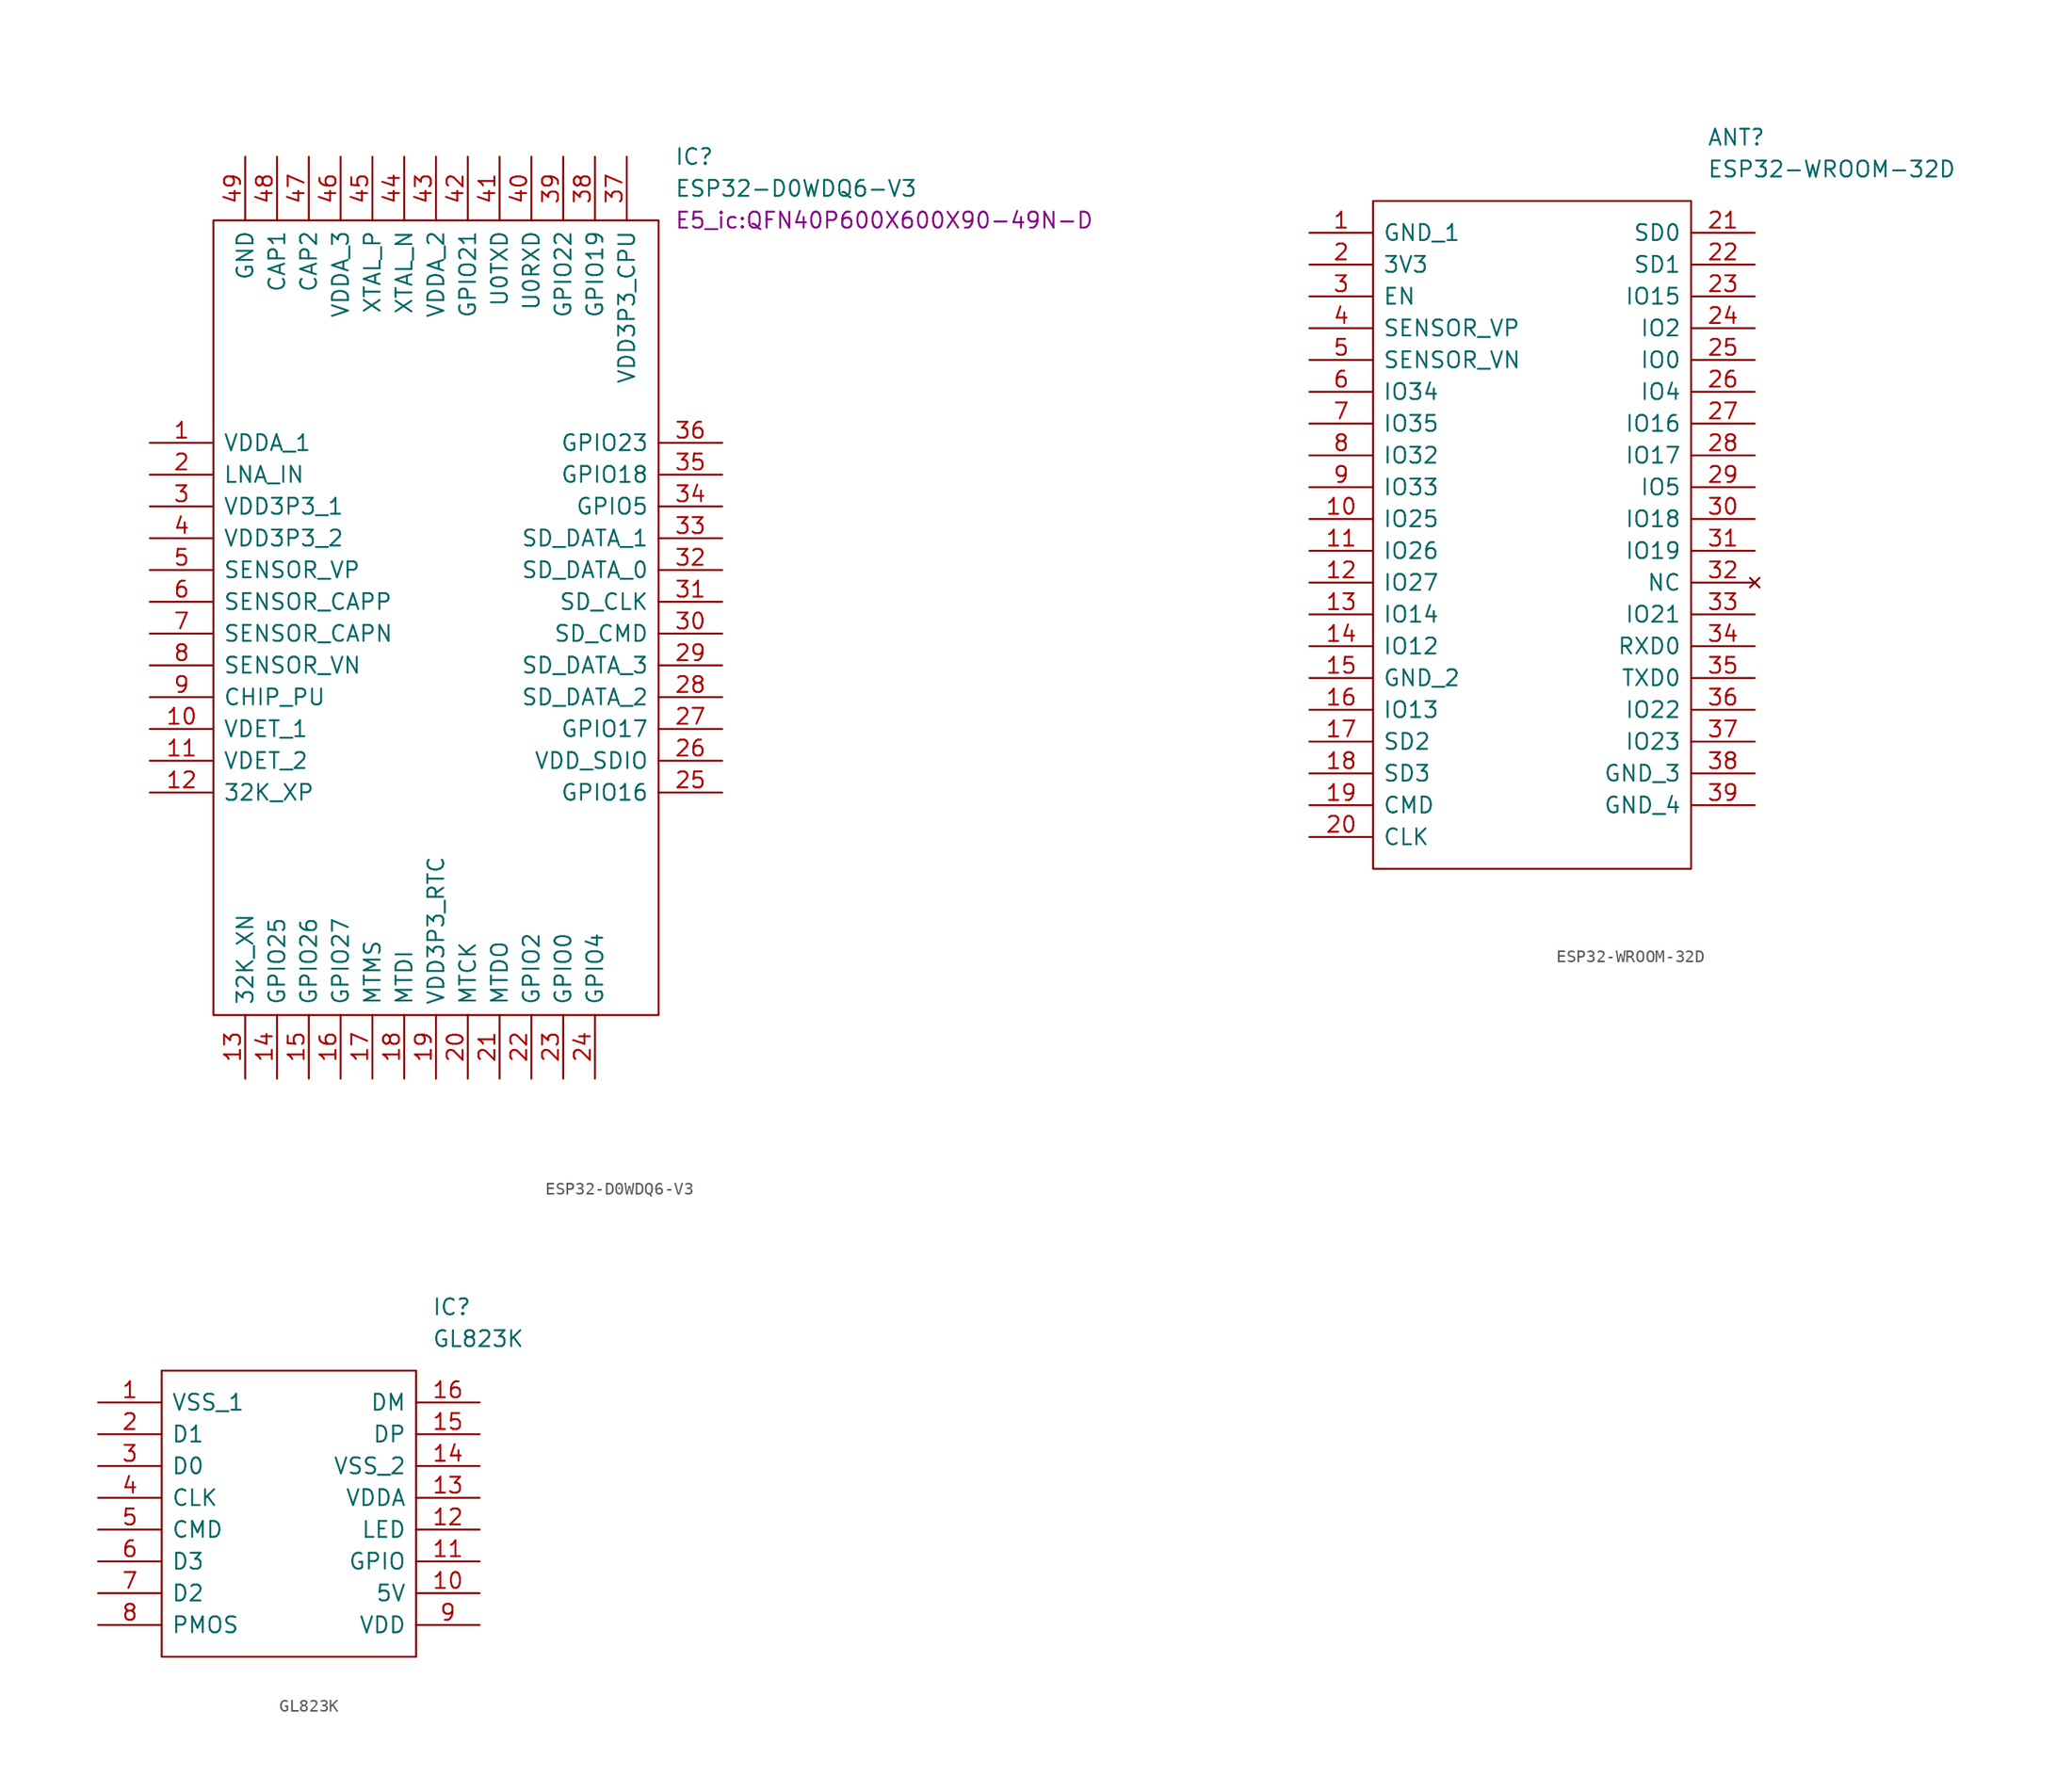
<source format=kicad_sym>
(kicad_symbol_lib
  (version 20211014)
  (generator kicad_symbol_editor)
  (symbol "ESP32-D0WDQ6-V3"
    (pin_names
      (offset 0.762))
    (property "Reference" "IC"
      (at 41.91 22.86 0)
      (effects (font (size 1.27 1.27)) (justify left)))
    (property "Value" "ESP32-D0WDQ6-V3"
      (at 41.91 20.32 0)
      (effects (font (size 1.27 1.27)) (justify left)))
    (property "Footprint" "E5_ic:QFN40P600X600X90-49N-D"
      (at 41.91 17.78 0)
      (effects (font (size 1.27 1.27)) (justify left)))
    (symbol "ESP32-D0WDQ6-V3_0_0"
      (pin passive line (at 0 0 0) (length 5.08) (name "VDDA_1" (effects (font (size 1.27 1.27)))) (number "1" (effects (font (size 1.27 1.27)))))
      (pin passive line (at 0 -22.86 0) (length 5.08) (name "VDET_1" (effects (font (size 1.27 1.27)))) (number "10" (effects (font (size 1.27 1.27)))))
      (pin passive line (at 0 -25.4 0) (length 5.08) (name "VDET_2" (effects (font (size 1.27 1.27)))) (number "11" (effects (font (size 1.27 1.27)))))
      (pin passive line (at 0 -27.94 0) (length 5.08) (name "32K_XP" (effects (font (size 1.27 1.27)))) (number "12" (effects (font (size 1.27 1.27)))))
      (pin passive line (at 7.62 -50.8 90) (length 5.08) (name "32K_XN" (effects (font (size 1.27 1.27)))) (number "13" (effects (font (size 1.27 1.27)))))
      (pin passive line (at 10.16 -50.8 90) (length 5.08) (name "GPIO25" (effects (font (size 1.27 1.27)))) (number "14" (effects (font (size 1.27 1.27)))))
      (pin passive line (at 12.7 -50.8 90) (length 5.08) (name "GPIO26" (effects (font (size 1.27 1.27)))) (number "15" (effects (font (size 1.27 1.27)))))
      (pin passive line (at 15.24 -50.8 90) (length 5.08) (name "GPIO27" (effects (font (size 1.27 1.27)))) (number "16" (effects (font (size 1.27 1.27)))))
      (pin passive line (at 17.78 -50.8 90) (length 5.08) (name "MTMS" (effects (font (size 1.27 1.27)))) (number "17" (effects (font (size 1.27 1.27)))))
      (pin passive line (at 20.32 -50.8 90) (length 5.08) (name "MTDI" (effects (font (size 1.27 1.27)))) (number "18" (effects (font (size 1.27 1.27)))))
      (pin passive line (at 22.86 -50.8 90) (length 5.08) (name "VDD3P3_RTC" (effects (font (size 1.27 1.27)))) (number "19" (effects (font (size 1.27 1.27)))))
      (pin passive line (at 0 -2.54 0) (length 5.08) (name "LNA_IN" (effects (font (size 1.27 1.27)))) (number "2" (effects (font (size 1.27 1.27)))))
      (pin passive line (at 25.4 -50.8 90) (length 5.08) (name "MTCK" (effects (font (size 1.27 1.27)))) (number "20" (effects (font (size 1.27 1.27)))))
      (pin passive line (at 27.94 -50.8 90) (length 5.08) (name "MTDO" (effects (font (size 1.27 1.27)))) (number "21" (effects (font (size 1.27 1.27)))))
      (pin passive line (at 30.48 -50.8 90) (length 5.08) (name "GPIO2" (effects (font (size 1.27 1.27)))) (number "22" (effects (font (size 1.27 1.27)))))
      (pin passive line (at 33.02 -50.8 90) (length 5.08) (name "GPIO0" (effects (font (size 1.27 1.27)))) (number "23" (effects (font (size 1.27 1.27)))))
      (pin passive line (at 35.56 -50.8 90) (length 5.08) (name "GPIO4" (effects (font (size 1.27 1.27)))) (number "24" (effects (font (size 1.27 1.27)))))
      (pin passive line (at 45.72 -27.94 180) (length 5.08) (name "GPIO16" (effects (font (size 1.27 1.27)))) (number "25" (effects (font (size 1.27 1.27)))))
      (pin passive line (at 45.72 -25.4 180) (length 5.08) (name "VDD_SDIO" (effects (font (size 1.27 1.27)))) (number "26" (effects (font (size 1.27 1.27)))))
      (pin passive line (at 45.72 -22.86 180) (length 5.08) (name "GPIO17" (effects (font (size 1.27 1.27)))) (number "27" (effects (font (size 1.27 1.27)))))
      (pin passive line (at 45.72 -20.32 180) (length 5.08) (name "SD_DATA_2" (effects (font (size 1.27 1.27)))) (number "28" (effects (font (size 1.27 1.27)))))
      (pin passive line (at 45.72 -17.78 180) (length 5.08) (name "SD_DATA_3" (effects (font (size 1.27 1.27)))) (number "29" (effects (font (size 1.27 1.27)))))
      (pin passive line (at 0 -5.08 0) (length 5.08) (name "VDD3P3_1" (effects (font (size 1.27 1.27)))) (number "3" (effects (font (size 1.27 1.27)))))
      (pin passive line (at 45.72 -15.24 180) (length 5.08) (name "SD_CMD" (effects (font (size 1.27 1.27)))) (number "30" (effects (font (size 1.27 1.27)))))
      (pin passive line (at 45.72 -12.7 180) (length 5.08) (name "SD_CLK" (effects (font (size 1.27 1.27)))) (number "31" (effects (font (size 1.27 1.27)))))
      (pin passive line (at 45.72 -10.16 180) (length 5.08) (name "SD_DATA_0" (effects (font (size 1.27 1.27)))) (number "32" (effects (font (size 1.27 1.27)))))
      (pin passive line (at 45.72 -7.62 180) (length 5.08) (name "SD_DATA_1" (effects (font (size 1.27 1.27)))) (number "33" (effects (font (size 1.27 1.27)))))
      (pin passive line (at 45.72 -5.08 180) (length 5.08) (name "GPIO5" (effects (font (size 1.27 1.27)))) (number "34" (effects (font (size 1.27 1.27)))))
      (pin passive line (at 45.72 -2.54 180) (length 5.08) (name "GPIO18" (effects (font (size 1.27 1.27)))) (number "35" (effects (font (size 1.27 1.27)))))
      (pin passive line (at 45.72 0 180) (length 5.08) (name "GPIO23" (effects (font (size 1.27 1.27)))) (number "36" (effects (font (size 1.27 1.27)))))
      (pin passive line (at 38.1 22.86 270) (length 5.08) (name "VDD3P3_CPU" (effects (font (size 1.27 1.27)))) (number "37" (effects (font (size 1.27 1.27)))))
      (pin passive line (at 35.56 22.86 270) (length 5.08) (name "GPIO19" (effects (font (size 1.27 1.27)))) (number "38" (effects (font (size 1.27 1.27)))))
      (pin passive line (at 33.02 22.86 270) (length 5.08) (name "GPIO22" (effects (font (size 1.27 1.27)))) (number "39" (effects (font (size 1.27 1.27)))))
      (pin passive line (at 0 -7.62 0) (length 5.08) (name "VDD3P3_2" (effects (font (size 1.27 1.27)))) (number "4" (effects (font (size 1.27 1.27)))))
      (pin passive line (at 30.48 22.86 270) (length 5.08) (name "U0RXD" (effects (font (size 1.27 1.27)))) (number "40" (effects (font (size 1.27 1.27)))))
      (pin passive line (at 27.94 22.86 270) (length 5.08) (name "U0TXD" (effects (font (size 1.27 1.27)))) (number "41" (effects (font (size 1.27 1.27)))))
      (pin passive line (at 25.4 22.86 270) (length 5.08) (name "GPIO21" (effects (font (size 1.27 1.27)))) (number "42" (effects (font (size 1.27 1.27)))))
      (pin passive line (at 22.86 22.86 270) (length 5.08) (name "VDDA_2" (effects (font (size 1.27 1.27)))) (number "43" (effects (font (size 1.27 1.27)))))
      (pin passive line (at 20.32 22.86 270) (length 5.08) (name "XTAL_N" (effects (font (size 1.27 1.27)))) (number "44" (effects (font (size 1.27 1.27)))))
      (pin passive line (at 17.78 22.86 270) (length 5.08) (name "XTAL_P" (effects (font (size 1.27 1.27)))) (number "45" (effects (font (size 1.27 1.27)))))
      (pin passive line (at 15.24 22.86 270) (length 5.08) (name "VDDA_3" (effects (font (size 1.27 1.27)))) (number "46" (effects (font (size 1.27 1.27)))))
      (pin passive line (at 12.7 22.86 270) (length 5.08) (name "CAP2" (effects (font (size 1.27 1.27)))) (number "47" (effects (font (size 1.27 1.27)))))
      (pin passive line (at 10.16 22.86 270) (length 5.08) (name "CAP1" (effects (font (size 1.27 1.27)))) (number "48" (effects (font (size 1.27 1.27)))))
      (pin passive line (at 7.62 22.86 270) (length 5.08) (name "GND" (effects (font (size 1.27 1.27)))) (number "49" (effects (font (size 1.27 1.27)))))
      (pin passive line (at 0 -10.16 0) (length 5.08) (name "SENSOR_VP" (effects (font (size 1.27 1.27)))) (number "5" (effects (font (size 1.27 1.27)))))
      (pin passive line (at 0 -12.7 0) (length 5.08) (name "SENSOR_CAPP" (effects (font (size 1.27 1.27)))) (number "6" (effects (font (size 1.27 1.27)))))
      (pin passive line (at 0 -15.24 0) (length 5.08) (name "SENSOR_CAPN" (effects (font (size 1.27 1.27)))) (number "7" (effects (font (size 1.27 1.27)))))
      (pin passive line (at 0 -17.78 0) (length 5.08) (name "SENSOR_VN" (effects (font (size 1.27 1.27)))) (number "8" (effects (font (size 1.27 1.27)))))
      (pin passive line (at 0 -20.32 0) (length 5.08) (name "CHIP_PU" (effects (font (size 1.27 1.27)))) (number "9" (effects (font (size 1.27 1.27))))))
    (symbol "ESP32-D0WDQ6-V3_0_1"
      (polyline (pts (xy 5.08 17.78) (xy 40.64 17.78) (xy 40.64 -45.72) (xy 5.08 -45.72) (xy 5.08 17.78)) (stroke (width 0.152) (type default) (color 0 0 0 0)) (fill (type none)))))
  (symbol "ESP32-WROOM-32D"
    (pin_names
      (offset 0.762))
    (property "Reference" "ANT"
      (at 31.75 7.62 0)
      (effects (font (size 1.27 1.27)) (justify left)))
    (property "Value" "ESP32-WROOM-32D"
      (at 31.75 5.08 0)
      (effects (font (size 1.27 1.27)) (justify left)))
    (symbol "ESP32-WROOM-32D_0_0"
      (pin passive line (at 0 0 0) (length 5.08) (name "GND_1" (effects (font (size 1.27 1.27)))) (number "1" (effects (font (size 1.27 1.27)))))
      (pin passive line (at 0 -22.86 0) (length 5.08) (name "IO25" (effects (font (size 1.27 1.27)))) (number "10" (effects (font (size 1.27 1.27)))))
      (pin passive line (at 0 -25.4 0) (length 5.08) (name "IO26" (effects (font (size 1.27 1.27)))) (number "11" (effects (font (size 1.27 1.27)))))
      (pin passive line (at 0 -27.94 0) (length 5.08) (name "IO27" (effects (font (size 1.27 1.27)))) (number "12" (effects (font (size 1.27 1.27)))))
      (pin passive line (at 0 -30.48 0) (length 5.08) (name "IO14" (effects (font (size 1.27 1.27)))) (number "13" (effects (font (size 1.27 1.27)))))
      (pin passive line (at 0 -33.02 0) (length 5.08) (name "IO12" (effects (font (size 1.27 1.27)))) (number "14" (effects (font (size 1.27 1.27)))))
      (pin passive line (at 0 -35.56 0) (length 5.08) (name "GND_2" (effects (font (size 1.27 1.27)))) (number "15" (effects (font (size 1.27 1.27)))))
      (pin passive line (at 0 -38.1 0) (length 5.08) (name "IO13" (effects (font (size 1.27 1.27)))) (number "16" (effects (font (size 1.27 1.27)))))
      (pin passive line (at 0 -40.64 0) (length 5.08) (name "SD2" (effects (font (size 1.27 1.27)))) (number "17" (effects (font (size 1.27 1.27)))))
      (pin passive line (at 0 -43.18 0) (length 5.08) (name "SD3" (effects (font (size 1.27 1.27)))) (number "18" (effects (font (size 1.27 1.27)))))
      (pin passive line (at 0 -45.72 0) (length 5.08) (name "CMD" (effects (font (size 1.27 1.27)))) (number "19" (effects (font (size 1.27 1.27)))))
      (pin passive line (at 0 -2.54 0) (length 5.08) (name "3V3" (effects (font (size 1.27 1.27)))) (number "2" (effects (font (size 1.27 1.27)))))
      (pin passive line (at 0 -48.26 0) (length 5.08) (name "CLK" (effects (font (size 1.27 1.27)))) (number "20" (effects (font (size 1.27 1.27)))))
      (pin passive line (at 35.56 0 180) (length 5.08) (name "SD0" (effects (font (size 1.27 1.27)))) (number "21" (effects (font (size 1.27 1.27)))))
      (pin passive line (at 35.56 -2.54 180) (length 5.08) (name "SD1" (effects (font (size 1.27 1.27)))) (number "22" (effects (font (size 1.27 1.27)))))
      (pin passive line (at 35.56 -5.08 180) (length 5.08) (name "IO15" (effects (font (size 1.27 1.27)))) (number "23" (effects (font (size 1.27 1.27)))))
      (pin passive line (at 35.56 -7.62 180) (length 5.08) (name "IO2" (effects (font (size 1.27 1.27)))) (number "24" (effects (font (size 1.27 1.27)))))
      (pin passive line (at 35.56 -10.16 180) (length 5.08) (name "IO0" (effects (font (size 1.27 1.27)))) (number "25" (effects (font (size 1.27 1.27)))))
      (pin passive line (at 35.56 -12.7 180) (length 5.08) (name "IO4" (effects (font (size 1.27 1.27)))) (number "26" (effects (font (size 1.27 1.27)))))
      (pin passive line (at 35.56 -15.24 180) (length 5.08) (name "IO16" (effects (font (size 1.27 1.27)))) (number "27" (effects (font (size 1.27 1.27)))))
      (pin passive line (at 35.56 -17.78 180) (length 5.08) (name "IO17" (effects (font (size 1.27 1.27)))) (number "28" (effects (font (size 1.27 1.27)))))
      (pin passive line (at 35.56 -20.32 180) (length 5.08) (name "IO5" (effects (font (size 1.27 1.27)))) (number "29" (effects (font (size 1.27 1.27)))))
      (pin passive line (at 0 -5.08 0) (length 5.08) (name "EN" (effects (font (size 1.27 1.27)))) (number "3" (effects (font (size 1.27 1.27)))))
      (pin passive line (at 35.56 -22.86 180) (length 5.08) (name "IO18" (effects (font (size 1.27 1.27)))) (number "30" (effects (font (size 1.27 1.27)))))
      (pin passive line (at 35.56 -25.4 180) (length 5.08) (name "IO19" (effects (font (size 1.27 1.27)))) (number "31" (effects (font (size 1.27 1.27)))))
      (pin no_connect line (at 35.56 -27.94 180) (length 5.08) (name "NC" (effects (font (size 1.27 1.27)))) (number "32" (effects (font (size 1.27 1.27)))))
      (pin passive line (at 35.56 -30.48 180) (length 5.08) (name "IO21" (effects (font (size 1.27 1.27)))) (number "33" (effects (font (size 1.27 1.27)))))
      (pin passive line (at 35.56 -33.02 180) (length 5.08) (name "RXD0" (effects (font (size 1.27 1.27)))) (number "34" (effects (font (size 1.27 1.27)))))
      (pin passive line (at 35.56 -35.56 180) (length 5.08) (name "TXD0" (effects (font (size 1.27 1.27)))) (number "35" (effects (font (size 1.27 1.27)))))
      (pin passive line (at 35.56 -38.1 180) (length 5.08) (name "IO22" (effects (font (size 1.27 1.27)))) (number "36" (effects (font (size 1.27 1.27)))))
      (pin passive line (at 35.56 -40.64 180) (length 5.08) (name "IO23" (effects (font (size 1.27 1.27)))) (number "37" (effects (font (size 1.27 1.27)))))
      (pin passive line (at 35.56 -43.18 180) (length 5.08) (name "GND_3" (effects (font (size 1.27 1.27)))) (number "38" (effects (font (size 1.27 1.27)))))
      (pin passive line (at 35.56 -45.72 180) (length 5.08) (name "GND_4" (effects (font (size 1.27 1.27)))) (number "39" (effects (font (size 1.27 1.27)))))
      (pin passive line (at 0 -7.62 0) (length 5.08) (name "SENSOR_VP" (effects (font (size 1.27 1.27)))) (number "4" (effects (font (size 1.27 1.27)))))
      (pin passive line (at 0 -10.16 0) (length 5.08) (name "SENSOR_VN" (effects (font (size 1.27 1.27)))) (number "5" (effects (font (size 1.27 1.27)))))
      (pin passive line (at 0 -12.7 0) (length 5.08) (name "IO34" (effects (font (size 1.27 1.27)))) (number "6" (effects (font (size 1.27 1.27)))))
      (pin passive line (at 0 -15.24 0) (length 5.08) (name "IO35" (effects (font (size 1.27 1.27)))) (number "7" (effects (font (size 1.27 1.27)))))
      (pin passive line (at 0 -17.78 0) (length 5.08) (name "IO32" (effects (font (size 1.27 1.27)))) (number "8" (effects (font (size 1.27 1.27)))))
      (pin passive line (at 0 -20.32 0) (length 5.08) (name "IO33" (effects (font (size 1.27 1.27)))) (number "9" (effects (font (size 1.27 1.27))))))
    (symbol "ESP32-WROOM-32D_0_1"
      (polyline (pts (xy 5.08 2.54) (xy 30.48 2.54) (xy 30.48 -50.8) (xy 5.08 -50.8) (xy 5.08 2.54)) (stroke (width 0.152) (type default) (color 0 0 0 0)) (fill (type none)))))
  (symbol "GL823K"
    (pin_names
      (offset 0.762))
    (property "Reference" "IC"
      (at 26.67 7.62 0)
      (effects (font (size 1.27 1.27)) (justify left)))
    (property "Value" "GL823K"
      (at 26.67 5.08 0)
      (effects (font (size 1.27 1.27)) (justify left)))
    (symbol "GL823K_0_0"
      (pin passive line (at 0 0 0) (length 5.08) (name "VSS_1" (effects (font (size 1.27 1.27)))) (number "1" (effects (font (size 1.27 1.27)))))
      (pin passive line (at 30.48 -15.24 180) (length 5.08) (name "5V" (effects (font (size 1.27 1.27)))) (number "10" (effects (font (size 1.27 1.27)))))
      (pin passive line (at 30.48 -12.7 180) (length 5.08) (name "GPIO" (effects (font (size 1.27 1.27)))) (number "11" (effects (font (size 1.27 1.27)))))
      (pin passive line (at 30.48 -10.16 180) (length 5.08) (name "LED" (effects (font (size 1.27 1.27)))) (number "12" (effects (font (size 1.27 1.27)))))
      (pin passive line (at 30.48 -7.62 180) (length 5.08) (name "VDDA" (effects (font (size 1.27 1.27)))) (number "13" (effects (font (size 1.27 1.27)))))
      (pin passive line (at 30.48 -5.08 180) (length 5.08) (name "VSS_2" (effects (font (size 1.27 1.27)))) (number "14" (effects (font (size 1.27 1.27)))))
      (pin passive line (at 30.48 -2.54 180) (length 5.08) (name "DP" (effects (font (size 1.27 1.27)))) (number "15" (effects (font (size 1.27 1.27)))))
      (pin passive line (at 30.48 0 180) (length 5.08) (name "DM" (effects (font (size 1.27 1.27)))) (number "16" (effects (font (size 1.27 1.27)))))
      (pin passive line (at 0 -2.54 0) (length 5.08) (name "D1" (effects (font (size 1.27 1.27)))) (number "2" (effects (font (size 1.27 1.27)))))
      (pin passive line (at 0 -5.08 0) (length 5.08) (name "D0" (effects (font (size 1.27 1.27)))) (number "3" (effects (font (size 1.27 1.27)))))
      (pin passive line (at 0 -7.62 0) (length 5.08) (name "CLK" (effects (font (size 1.27 1.27)))) (number "4" (effects (font (size 1.27 1.27)))))
      (pin passive line (at 0 -10.16 0) (length 5.08) (name "CMD" (effects (font (size 1.27 1.27)))) (number "5" (effects (font (size 1.27 1.27)))))
      (pin passive line (at 0 -12.7 0) (length 5.08) (name "D3" (effects (font (size 1.27 1.27)))) (number "6" (effects (font (size 1.27 1.27)))))
      (pin passive line (at 0 -15.24 0) (length 5.08) (name "D2" (effects (font (size 1.27 1.27)))) (number "7" (effects (font (size 1.27 1.27)))))
      (pin passive line (at 0 -17.78 0) (length 5.08) (name "PMOS" (effects (font (size 1.27 1.27)))) (number "8" (effects (font (size 1.27 1.27)))))
      (pin passive line (at 30.48 -17.78 180) (length 5.08) (name "VDD" (effects (font (size 1.27 1.27)))) (number "9" (effects (font (size 1.27 1.27))))))
    (symbol "GL823K_0_1"
      (polyline (pts (xy 5.08 2.54) (xy 25.4 2.54) (xy 25.4 -20.32) (xy 5.08 -20.32) (xy 5.08 2.54)) (stroke (width 0.152) (type default) (color 0 0 0 0)) (fill (type none))))))
</source>
